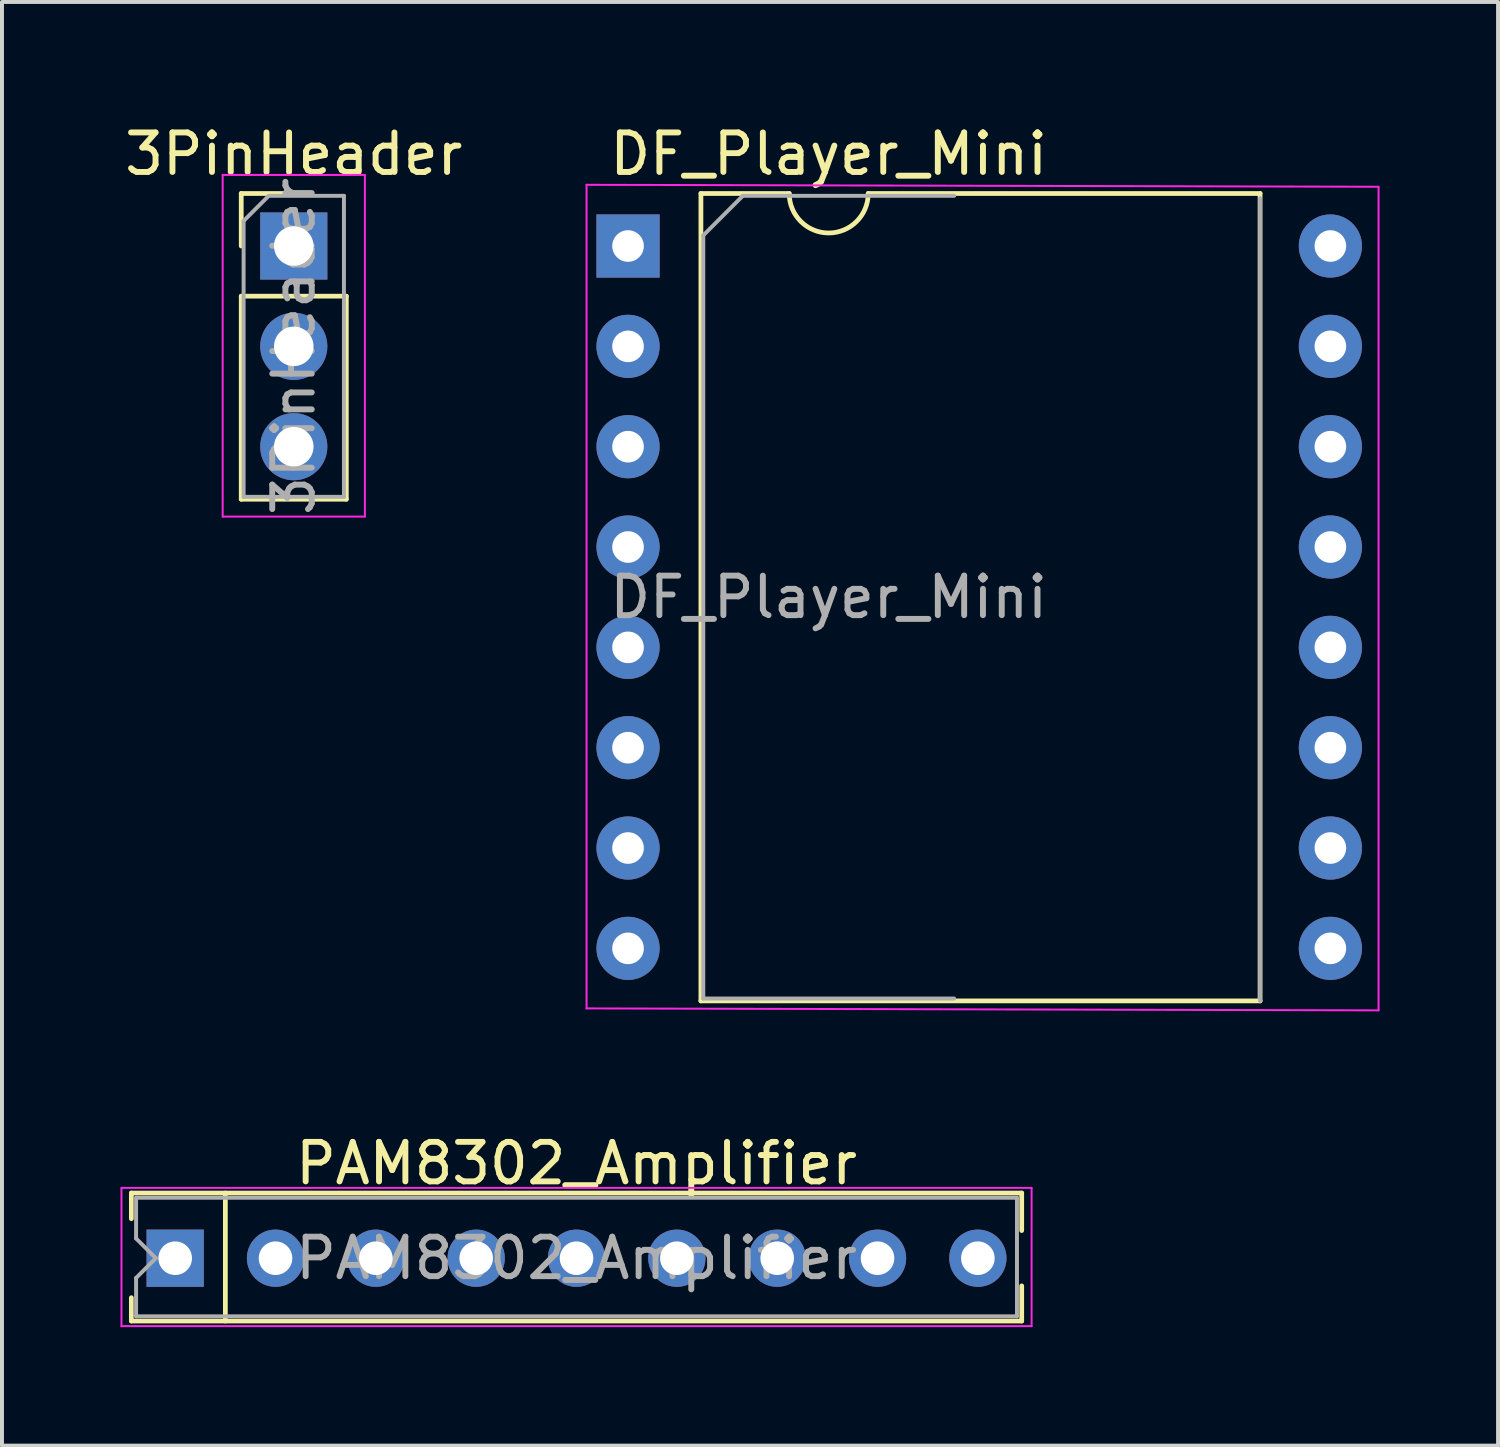
<source format=kicad_pcb>
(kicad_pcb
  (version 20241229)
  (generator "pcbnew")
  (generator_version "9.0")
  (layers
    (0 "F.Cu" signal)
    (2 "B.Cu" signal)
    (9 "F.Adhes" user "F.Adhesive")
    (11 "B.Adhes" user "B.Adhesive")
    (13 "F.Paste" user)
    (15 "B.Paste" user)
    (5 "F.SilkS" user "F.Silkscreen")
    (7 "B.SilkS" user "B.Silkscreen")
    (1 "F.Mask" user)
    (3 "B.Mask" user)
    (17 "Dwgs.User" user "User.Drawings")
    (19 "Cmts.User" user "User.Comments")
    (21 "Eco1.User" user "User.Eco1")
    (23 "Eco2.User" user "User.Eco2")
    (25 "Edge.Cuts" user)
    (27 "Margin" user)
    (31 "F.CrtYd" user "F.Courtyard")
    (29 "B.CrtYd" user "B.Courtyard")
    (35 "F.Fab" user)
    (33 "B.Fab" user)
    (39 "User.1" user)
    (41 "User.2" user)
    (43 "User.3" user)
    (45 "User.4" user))
  (footprint "PAM8302_Amplifier"
    (layer "F.Cu")
    (at 1.385 28.802)
    (property "Reference" "PAM8302_Amplifier" (at 10.16 -2.4 0) (layer "F.SilkS") (effects (font (size 1 1) (thickness 0.15))))
    (attr through_hole)
    (fp_line (start -1.11 -1.65) (end -1.11 -1) (stroke (width 0.12) (type solid)) (layer "F.SilkS"))
    (fp_line (start -1.11 1.59) (end -1.11 1) (stroke (width 0.12) (type solid)) (layer "F.SilkS"))
    (fp_line (start 1.27 1.59) (end 1.27 -1.65) (stroke (width 0.12) (type solid)) (layer "F.SilkS"))
    (fp_line (start 21.43 -1.65) (end -1.11 -1.65) (stroke (width 0.12) (type solid)) (layer "F.SilkS"))
    (fp_line (start 21.43 -1.65) (end 21.43 -0.7) (stroke (width 0.12) (type solid)) (layer "F.SilkS"))
    (fp_line (start 21.43 1.59) (end -1.11 1.59) (stroke (width 0.12) (type solid)) (layer "F.SilkS"))
    (fp_line (start 21.43 1.59) (end 21.43 0.7) (stroke (width 0.12) (type solid)) (layer "F.SilkS"))
    (fp_line (start -1.36 -1.78) (end 21.68 -1.78) (stroke (width 0.05) (type solid)) (layer "F.CrtYd"))
    (fp_line (start -1.36 1.72) (end -1.36 -1.78) (stroke (width 0.05) (type solid)) (layer "F.CrtYd"))
    (fp_line (start 21.68 -1.78) (end 21.68 1.72) (stroke (width 0.05) (type solid)) (layer "F.CrtYd"))
    (fp_line (start 21.68 1.72) (end -1.36 1.72) (stroke (width 0.05) (type solid)) (layer "F.CrtYd"))
    (fp_line (start -0.99 -1.53) (end -0.99 -0.5) (stroke (width 0.1) (type solid)) (layer "F.Fab"))
    (fp_line (start -0.99 -0.5) (end -0.49 0) (stroke (width 0.1) (type solid)) (layer "F.Fab"))
    (fp_line (start -0.99 0.5) (end -0.99 1.47) (stroke (width 0.1) (type solid)) (layer "F.Fab"))
    (fp_line (start -0.49 0) (end -0.99 0.5) (stroke (width 0.1) (type solid)) (layer "F.Fab"))
    (fp_line (start 21.31 -1.53) (end -0.99 -1.53) (stroke (width 0.1) (type solid)) (layer "F.Fab"))
    (fp_line (start 21.31 -1.53) (end 21.31 1.47) (stroke (width 0.1) (type solid)) (layer "F.Fab"))
    (fp_line (start 21.31 1.47) (end -0.99 1.47) (stroke (width 0.1) (type solid)) (layer "F.Fab"))
    (fp_text user "${REFERENCE}" (at 10.16 0 0) (layer "F.Fab") (effects (font (size 1 1) (thickness 0.15))))
    (pad "1" thru_hole rect (at 0 0 90) (size 1.45 1.45) (drill 0.85) (layers "*.Cu" "*.Mask"))
    (pad "2" thru_hole circle (at 2.54 0 90) (size 1.45 1.45) (drill 0.85) (layers "*.Cu" "*.Mask"))
    (pad "3" thru_hole circle (at 5.08 0 90) (size 1.45 1.45) (drill 0.85) (layers "*.Cu" "*.Mask"))
    (pad "4" thru_hole circle (at 7.62 0 90) (size 1.45 1.45) (drill 0.85) (layers "*.Cu" "*.Mask"))
    (pad "5" thru_hole circle (at 10.16 0 90) (size 1.45 1.45) (drill 0.85) (layers "*.Cu" "*.Mask"))
    (pad "6" thru_hole circle (at 12.7 0 90) (size 1.45 1.45) (drill 0.85) (layers "*.Cu" "*.Mask"))
    (pad "7" thru_hole circle (at 15.24 0 90) (size 1.45 1.45) (drill 0.85) (layers "*.Cu" "*.Mask"))
    (pad "8" thru_hole circle (at 17.78 0 90) (size 1.45 1.45) (drill 0.85) (layers "*.Cu" "*.Mask"))
    (pad "9" thru_hole circle (at 20.32 0 90) (size 1.45 1.45) (drill 0.85) (layers "*.Cu" "*.Mask")))
  (footprint "DF_Player_Mini"
    (layer "F.Cu")
    (at 12.849 3.178)
    (property "Reference" "DF_Player_Mini" (at 5.08 -2.33 0) (layer "F.SilkS") (effects (font (size 1 1) (thickness 0.15))))
    (attr through_hole)
    (fp_line (start 1.845 -1.33) (end 1.845 19.11) (stroke (width 0.12) (type solid)) (layer "F.SilkS"))
    (fp_line (start 1.845 19.11) (end 16 19.11) (stroke (width 0.12) (type solid)) (layer "F.SilkS"))
    (fp_line (start 4.08 -1.33) (end 1.845 -1.33) (stroke (width 0.12) (type solid)) (layer "F.SilkS"))
    (fp_line (start 16 -1.33) (end 6.08 -1.33) (stroke (width 0.12) (type solid)) (layer "F.SilkS"))
    (fp_line (start 16 19.11) (end 16 -1.33) (stroke (width 0.12) (type solid)) (layer "F.SilkS"))
    (fp_arc (start 6.08 -1.33) (mid 5.08 -0.33) (end 4.08 -1.33) (stroke (width 0.12) (type solid)) (layer "F.SilkS"))
    (fp_line (start -1.05 -1.55) (end -1.05 19.3) (stroke (width 0.05) (type solid)) (layer "F.CrtYd"))
    (fp_line (start -1.05 19.3) (end 19 19.35) (stroke (width 0.05) (type solid)) (layer "F.CrtYd"))
    (fp_line (start 19 -1.5) (end -1.05 -1.55) (stroke (width 0.05) (type solid)) (layer "F.CrtYd"))
    (fp_line (start 19 19.35) (end 19 -1.5) (stroke (width 0.05) (type solid)) (layer "F.CrtYd"))
    (fp_line (start 1.905 -0.27) (end 2.905 -1.27) (stroke (width 0.1) (type solid)) (layer "F.Fab"))
    (fp_line (start 1.905 19.05) (end 1.905 -0.27) (stroke (width 0.1) (type solid)) (layer "F.Fab"))
    (fp_line (start 2.905 -1.27) (end 8.255 -1.27) (stroke (width 0.1) (type solid)) (layer "F.Fab"))
    (fp_line (start 8.255 19.05) (end 1.905 19.05) (stroke (width 0.1) (type solid)) (layer "F.Fab"))
    (fp_line (start 16 -1.21) (end 16 19.11) (stroke (width 0.1) (type solid)) (layer "F.Fab"))
    (fp_text user "${REFERENCE}" (at 5.08 8.89 0) (layer "F.Fab") (effects (font (size 1 1) (thickness 0.15))))
    (pad "1" thru_hole rect (at 0 0) (size 1.6 1.6) (drill 0.8) (layers "*.Cu" "*.Mask"))
    (pad "2" thru_hole oval (at 0 2.54) (size 1.6 1.6) (drill 0.8) (layers "*.Cu" "*.Mask"))
    (pad "3" thru_hole oval (at 0 5.08) (size 1.6 1.6) (drill 0.8) (layers "*.Cu" "*.Mask"))
    (pad "4" thru_hole oval (at 0 7.62) (size 1.6 1.6) (drill 0.8) (layers "*.Cu" "*.Mask"))
    (pad "5" thru_hole oval (at 0 10.16) (size 1.6 1.6) (drill 0.8) (layers "*.Cu" "*.Mask"))
    (pad "6" thru_hole oval (at 0 12.7) (size 1.6 1.6) (drill 0.8) (layers "*.Cu" "*.Mask"))
    (pad "7" thru_hole oval (at 0 15.24) (size 1.6 1.6) (drill 0.8) (layers "*.Cu" "*.Mask"))
    (pad "8" thru_hole oval (at 0 17.78) (size 1.6 1.6) (drill 0.8) (layers "*.Cu" "*.Mask"))
    (pad "9" thru_hole oval (at 17.78 17.78) (size 1.6 1.6) (drill 0.8) (layers "*.Cu" "*.Mask"))
    (pad "10" thru_hole oval (at 17.78 15.24) (size 1.6 1.6) (drill 0.8) (layers "*.Cu" "*.Mask"))
    (pad "11" thru_hole oval (at 17.78 12.7) (size 1.6 1.6) (drill 0.8) (layers "*.Cu" "*.Mask"))
    (pad "12" thru_hole oval (at 17.78 10.16) (size 1.6 1.6) (drill 0.8) (layers "*.Cu" "*.Mask"))
    (pad "13" thru_hole oval (at 17.78 7.62) (size 1.6 1.6) (drill 0.8) (layers "*.Cu" "*.Mask"))
    (pad "14" thru_hole oval (at 17.78 5.08) (size 1.6 1.6) (drill 0.8) (layers "*.Cu" "*.Mask"))
    (pad "15" thru_hole oval (at 17.78 2.54) (size 1.6 1.6) (drill 0.8) (layers "*.Cu" "*.Mask"))
    (pad "16" thru_hole oval (at 17.78 0) (size 1.6 1.6) (drill 0.8) (layers "*.Cu" "*.Mask")))
  (footprint "3PinHeader"
    (layer "F.Cu")
    (at 4.387 3.178)
    (property "Reference" "3PinHeader" (at 0 -2.33 0) (layer "F.SilkS") (effects (font (size 1 1) (thickness 0.15))))
    (attr through_hole)
    (fp_line (start -1.33 -1.33) (end 0 -1.33) (stroke (width 0.12) (type solid)) (layer "F.SilkS"))
    (fp_line (start -1.33 0) (end -1.33 -1.33) (stroke (width 0.12) (type solid)) (layer "F.SilkS"))
    (fp_line (start -1.33 1.27) (end -1.33 6.41) (stroke (width 0.12) (type solid)) (layer "F.SilkS"))
    (fp_line (start -1.33 1.27) (end 1.33 1.27) (stroke (width 0.12) (type solid)) (layer "F.SilkS"))
    (fp_line (start -1.33 6.41) (end 1.33 6.41) (stroke (width 0.12) (type solid)) (layer "F.SilkS"))
    (fp_line (start 1.33 1.27) (end 1.33 6.41) (stroke (width 0.12) (type solid)) (layer "F.SilkS"))
    (fp_line (start -1.8 -1.8) (end -1.8 6.85) (stroke (width 0.05) (type solid)) (layer "F.CrtYd"))
    (fp_line (start -1.8 6.85) (end 1.8 6.85) (stroke (width 0.05) (type solid)) (layer "F.CrtYd"))
    (fp_line (start 1.8 -1.8) (end -1.8 -1.8) (stroke (width 0.05) (type solid)) (layer "F.CrtYd"))
    (fp_line (start 1.8 6.85) (end 1.8 -1.8) (stroke (width 0.05) (type solid)) (layer "F.CrtYd"))
    (fp_line (start -1.27 -0.635) (end -0.635 -1.27) (stroke (width 0.1) (type solid)) (layer "F.Fab"))
    (fp_line (start -1.27 6.35) (end -1.27 -0.635) (stroke (width 0.1) (type solid)) (layer "F.Fab"))
    (fp_line (start -0.635 -1.27) (end 1.27 -1.27) (stroke (width 0.1) (type solid)) (layer "F.Fab"))
    (fp_line (start 1.27 -1.27) (end 1.27 6.35) (stroke (width 0.1) (type solid)) (layer "F.Fab"))
    (fp_line (start 1.27 6.35) (end -1.27 6.35) (stroke (width 0.1) (type solid)) (layer "F.Fab"))
    (fp_text user "${REFERENCE}" (at 0 2.54 90) (layer "F.Fab") (effects (font (size 1 1) (thickness 0.15))))
    (pad "1" thru_hole rect (at 0 0) (size 1.7 1.7) (drill 1) (layers "*.Cu" "*.Mask"))
    (pad "2" thru_hole oval (at 0 2.54) (size 1.7 1.7) (drill 1) (layers "*.Cu" "*.Mask"))
    (pad "3" thru_hole oval (at 0 5.08) (size 1.7 1.7) (drill 1) (layers "*.Cu" "*.Mask")))
  (gr_rect
    (start -3 -3)
    (end 34.874 33.547)
    (stroke (width 0.1) (type default))
    (fill no)
    (layer "Edge.Cuts")))
</source>
